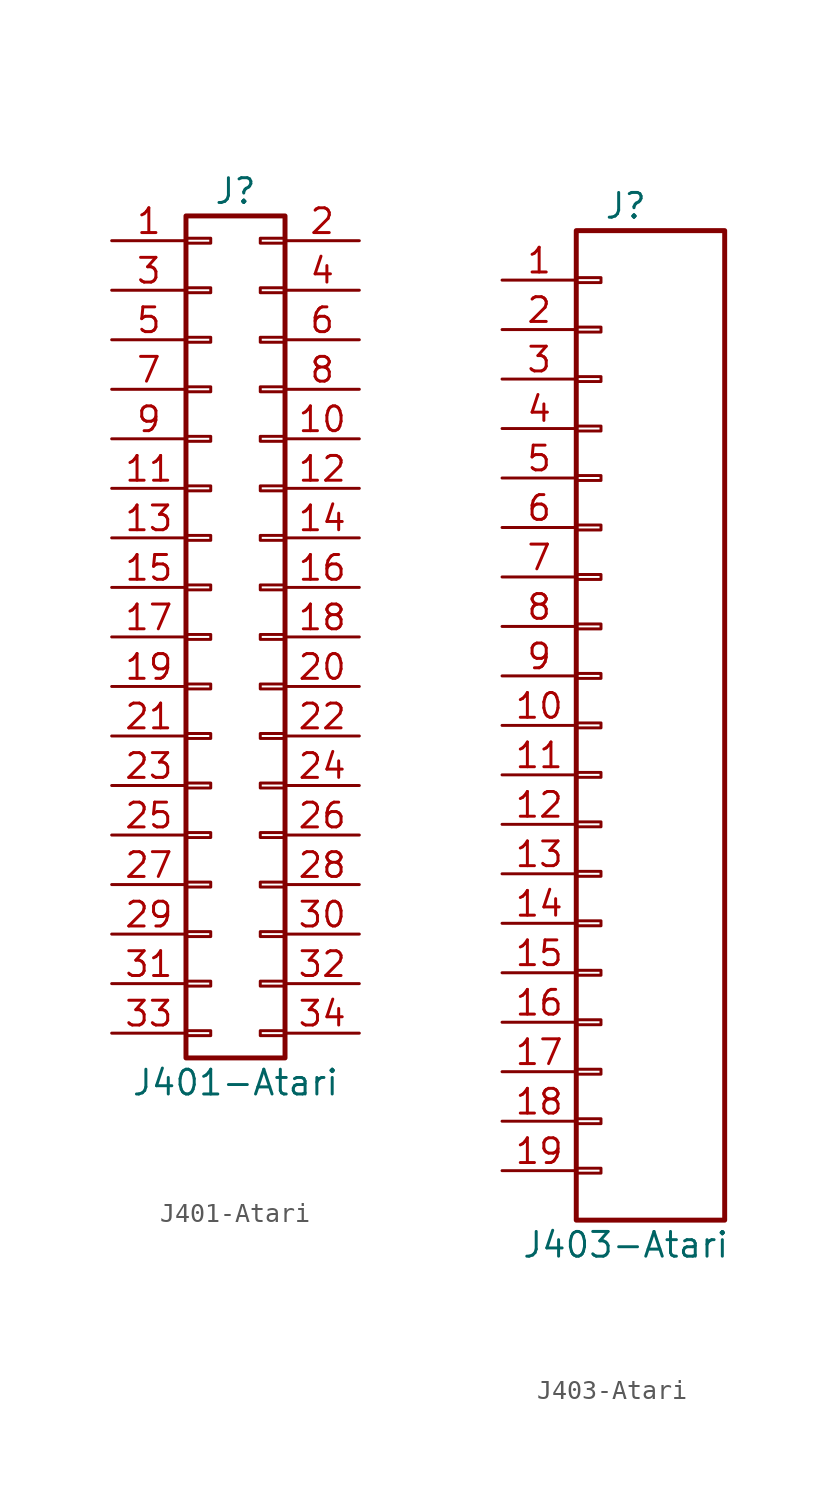
<source format=kicad_sym>
(kicad_symbol_lib
  (version 20231120)
  (generator "kicad_symbol_editor")
  (generator_version "8.0")
  (symbol "J401-Atari"
    (pin_names
      (offset 1.016) hide)
    (property "Reference" "J"
      (at 1.27 22.86 0)
      (effects (font (size 1.27 1.27))))
    (property "Value" "J401-Atari"
      (at 1.27 -22.86 0)
      (effects (font (size 1.27 1.27))))
    (symbol "J401-Atari_1_1"
      (rectangle (start -1.27 -20.193) (end 0 -20.447) (stroke (width 0.152) (type solid)) (fill (type none)))
      (rectangle (start -1.27 -17.653) (end 0 -17.907) (stroke (width 0.152) (type solid)) (fill (type none)))
      (rectangle (start -1.27 -15.113) (end 0 -15.367) (stroke (width 0.152) (type solid)) (fill (type none)))
      (rectangle (start -1.27 -12.573) (end 0 -12.827) (stroke (width 0.152) (type solid)) (fill (type none)))
      (rectangle (start -1.27 -10.033) (end 0 -10.287) (stroke (width 0.152) (type solid)) (fill (type none)))
      (rectangle (start -1.27 -7.493) (end 0 -7.747) (stroke (width 0.152) (type solid)) (fill (type none)))
      (rectangle (start -1.27 -4.953) (end 0 -5.207) (stroke (width 0.152) (type solid)) (fill (type none)))
      (rectangle (start -1.27 -2.413) (end 0 -2.667) (stroke (width 0.152) (type solid)) (fill (type none)))
      (rectangle (start -1.27 0.127) (end 0 -0.127) (stroke (width 0.152) (type solid)) (fill (type none)))
      (rectangle (start -1.27 2.667) (end 0 2.413) (stroke (width 0.152) (type solid)) (fill (type none)))
      (rectangle (start -1.27 5.207) (end 0 4.953) (stroke (width 0.152) (type solid)) (fill (type none)))
      (rectangle (start -1.27 7.747) (end 0 7.493) (stroke (width 0.152) (type solid)) (fill (type none)))
      (rectangle (start -1.27 10.287) (end 0 10.033) (stroke (width 0.152) (type solid)) (fill (type none)))
      (rectangle (start -1.27 12.827) (end 0 12.573) (stroke (width 0.152) (type solid)) (fill (type none)))
      (rectangle (start -1.27 15.367) (end 0 15.113) (stroke (width 0.152) (type solid)) (fill (type none)))
      (rectangle (start -1.27 17.907) (end 0 17.653) (stroke (width 0.152) (type solid)) (fill (type none)))
      (rectangle (start -1.27 20.447) (end 0 20.193) (stroke (width 0.152) (type solid)) (fill (type none)))
      (rectangle (start -1.27 21.59) (end 3.81 -21.59) (stroke (width 0.254) (type solid)) (fill (type none)))
      (rectangle (start 3.81 -20.193) (end 2.54 -20.447) (stroke (width 0.152) (type solid)) (fill (type none)))
      (rectangle (start 3.81 -17.653) (end 2.54 -17.907) (stroke (width 0.152) (type solid)) (fill (type none)))
      (rectangle (start 3.81 -15.113) (end 2.54 -15.367) (stroke (width 0.152) (type solid)) (fill (type none)))
      (rectangle (start 3.81 -12.573) (end 2.54 -12.827) (stroke (width 0.152) (type solid)) (fill (type none)))
      (rectangle (start 3.81 -10.033) (end 2.54 -10.287) (stroke (width 0.152) (type solid)) (fill (type none)))
      (rectangle (start 3.81 -7.493) (end 2.54 -7.747) (stroke (width 0.152) (type solid)) (fill (type none)))
      (rectangle (start 3.81 -4.953) (end 2.54 -5.207) (stroke (width 0.152) (type solid)) (fill (type none)))
      (rectangle (start 3.81 -2.413) (end 2.54 -2.667) (stroke (width 0.152) (type solid)) (fill (type none)))
      (rectangle (start 3.81 0.127) (end 2.54 -0.127) (stroke (width 0.152) (type solid)) (fill (type none)))
      (rectangle (start 3.81 2.667) (end 2.54 2.413) (stroke (width 0.152) (type solid)) (fill (type none)))
      (rectangle (start 3.81 5.207) (end 2.54 4.953) (stroke (width 0.152) (type solid)) (fill (type none)))
      (rectangle (start 3.81 7.747) (end 2.54 7.493) (stroke (width 0.152) (type solid)) (fill (type none)))
      (rectangle (start 3.81 10.287) (end 2.54 10.033) (stroke (width 0.152) (type solid)) (fill (type none)))
      (rectangle (start 3.81 12.827) (end 2.54 12.573) (stroke (width 0.152) (type solid)) (fill (type none)))
      (rectangle (start 3.81 15.367) (end 2.54 15.113) (stroke (width 0.152) (type solid)) (fill (type none)))
      (rectangle (start 3.81 17.907) (end 2.54 17.653) (stroke (width 0.152) (type solid)) (fill (type none)))
      (rectangle (start 3.81 20.447) (end 2.54 20.193) (stroke (width 0.152) (type solid)) (fill (type none)))
      (pin passive line (at -5.08 20.32 0) (length 3.81) (name "Pin_1" (effects (font (size 1.27 1.27)))) (number "1" (effects (font (size 1.27 1.27)))))
      (pin passive line (at 7.62 10.16 180) (length 3.81) (name "Pin_10" (effects (font (size 1.27 1.27)))) (number "10" (effects (font (size 1.27 1.27)))))
      (pin passive line (at -5.08 7.62 0) (length 3.81) (name "Pin_11" (effects (font (size 1.27 1.27)))) (number "11" (effects (font (size 1.27 1.27)))))
      (pin passive line (at 7.62 7.62 180) (length 3.81) (name "Pin_12" (effects (font (size 1.27 1.27)))) (number "12" (effects (font (size 1.27 1.27)))))
      (pin passive line (at -5.08 5.08 0) (length 3.81) (name "Pin_13" (effects (font (size 1.27 1.27)))) (number "13" (effects (font (size 1.27 1.27)))))
      (pin passive line (at 7.62 5.08 180) (length 3.81) (name "Pin_14" (effects (font (size 1.27 1.27)))) (number "14" (effects (font (size 1.27 1.27)))))
      (pin passive line (at -5.08 2.54 0) (length 3.81) (name "Pin_15" (effects (font (size 1.27 1.27)))) (number "15" (effects (font (size 1.27 1.27)))))
      (pin passive line (at 7.62 2.54 180) (length 3.81) (name "Pin_16" (effects (font (size 1.27 1.27)))) (number "16" (effects (font (size 1.27 1.27)))))
      (pin passive line (at -5.08 0 0) (length 3.81) (name "Pin_17" (effects (font (size 1.27 1.27)))) (number "17" (effects (font (size 1.27 1.27)))))
      (pin passive line (at 7.62 0 180) (length 3.81) (name "Pin_18" (effects (font (size 1.27 1.27)))) (number "18" (effects (font (size 1.27 1.27)))))
      (pin passive line (at -5.08 -2.54 0) (length 3.81) (name "Pin_19" (effects (font (size 1.27 1.27)))) (number "19" (effects (font (size 1.27 1.27)))))
      (pin passive line (at 7.62 20.32 180) (length 3.81) (name "Pin_2" (effects (font (size 1.27 1.27)))) (number "2" (effects (font (size 1.27 1.27)))))
      (pin passive line (at 7.62 -2.54 180) (length 3.81) (name "Pin_20" (effects (font (size 1.27 1.27)))) (number "20" (effects (font (size 1.27 1.27)))))
      (pin passive line (at -5.08 -5.08 0) (length 3.81) (name "Pin_21" (effects (font (size 1.27 1.27)))) (number "21" (effects (font (size 1.27 1.27)))))
      (pin passive line (at 7.62 -5.08 180) (length 3.81) (name "Pin_22" (effects (font (size 1.27 1.27)))) (number "22" (effects (font (size 1.27 1.27)))))
      (pin passive line (at -5.08 -7.62 0) (length 3.81) (name "Pin_23" (effects (font (size 1.27 1.27)))) (number "23" (effects (font (size 1.27 1.27)))))
      (pin passive line (at 7.62 -7.62 180) (length 3.81) (name "Pin_24" (effects (font (size 1.27 1.27)))) (number "24" (effects (font (size 1.27 1.27)))))
      (pin passive line (at -5.08 -10.16 0) (length 3.81) (name "Pin_25" (effects (font (size 1.27 1.27)))) (number "25" (effects (font (size 1.27 1.27)))))
      (pin passive line (at 7.62 -10.16 180) (length 3.81) (name "Pin_26" (effects (font (size 1.27 1.27)))) (number "26" (effects (font (size 1.27 1.27)))))
      (pin passive line (at -5.08 -12.7 0) (length 3.81) (name "Pin_27" (effects (font (size 1.27 1.27)))) (number "27" (effects (font (size 1.27 1.27)))))
      (pin passive line (at 7.62 -12.7 180) (length 3.81) (name "Pin_28" (effects (font (size 1.27 1.27)))) (number "28" (effects (font (size 1.27 1.27)))))
      (pin passive line (at -5.08 -15.24 0) (length 3.81) (name "Pin_29" (effects (font (size 1.27 1.27)))) (number "29" (effects (font (size 1.27 1.27)))))
      (pin passive line (at -5.08 17.78 0) (length 3.81) (name "Pin_3" (effects (font (size 1.27 1.27)))) (number "3" (effects (font (size 1.27 1.27)))))
      (pin passive line (at 7.62 -15.24 180) (length 3.81) (name "Pin_30" (effects (font (size 1.27 1.27)))) (number "30" (effects (font (size 1.27 1.27)))))
      (pin passive line (at -5.08 -17.78 0) (length 3.81) (name "Pin_31" (effects (font (size 1.27 1.27)))) (number "31" (effects (font (size 1.27 1.27)))))
      (pin passive line (at 7.62 -17.78 180) (length 3.81) (name "Pin_32" (effects (font (size 1.27 1.27)))) (number "32" (effects (font (size 1.27 1.27)))))
      (pin passive line (at -5.08 -20.32 0) (length 3.81) (name "Pin_33" (effects (font (size 1.27 1.27)))) (number "33" (effects (font (size 1.27 1.27)))))
      (pin passive line (at 7.62 -20.32 180) (length 3.81) (name "Pin_34" (effects (font (size 1.27 1.27)))) (number "34" (effects (font (size 1.27 1.27)))))
      (pin passive line (at 7.62 17.78 180) (length 3.81) (name "Pin_4" (effects (font (size 1.27 1.27)))) (number "4" (effects (font (size 1.27 1.27)))))
      (pin passive line (at -5.08 15.24 0) (length 3.81) (name "Pin_5" (effects (font (size 1.27 1.27)))) (number "5" (effects (font (size 1.27 1.27)))))
      (pin passive line (at 7.62 15.24 180) (length 3.81) (name "Pin_6" (effects (font (size 1.27 1.27)))) (number "6" (effects (font (size 1.27 1.27)))))
      (pin passive line (at -5.08 12.7 0) (length 3.81) (name "Pin_7" (effects (font (size 1.27 1.27)))) (number "7" (effects (font (size 1.27 1.27)))))
      (pin passive line (at 7.62 12.7 180) (length 3.81) (name "Pin_8" (effects (font (size 1.27 1.27)))) (number "8" (effects (font (size 1.27 1.27)))))
      (pin passive line (at -5.08 10.16 0) (length 3.81) (name "Pin_9" (effects (font (size 1.27 1.27)))) (number "9" (effects (font (size 1.27 1.27)))))))
  (symbol "J403-Atari"
    (pin_names
      (offset 1.016) hide)
    (property "Reference" "J"
      (at 1.27 26.67 0)
      (effects (font (size 1.27 1.27))))
    (property "Value" "J403-Atari"
      (at 1.27 -26.67 0)
      (effects (font (size 1.27 1.27))))
    (symbol "J403-Atari_1_1"
      (rectangle (start -1.27 -22.733) (end 0 -22.987) (stroke (width 0.152) (type solid)) (fill (type none)))
      (rectangle (start -1.27 -20.193) (end 0 -20.447) (stroke (width 0.152) (type solid)) (fill (type none)))
      (rectangle (start -1.27 -17.653) (end 0 -17.907) (stroke (width 0.152) (type solid)) (fill (type none)))
      (rectangle (start -1.27 -15.113) (end 0 -15.367) (stroke (width 0.152) (type solid)) (fill (type none)))
      (rectangle (start -1.27 -12.573) (end 0 -12.827) (stroke (width 0.152) (type solid)) (fill (type none)))
      (rectangle (start -1.27 -10.033) (end 0 -10.287) (stroke (width 0.152) (type solid)) (fill (type none)))
      (rectangle (start -1.27 -7.493) (end 0 -7.747) (stroke (width 0.152) (type solid)) (fill (type none)))
      (rectangle (start -1.27 -4.953) (end 0 -5.207) (stroke (width 0.152) (type solid)) (fill (type none)))
      (rectangle (start -1.27 -2.413) (end 0 -2.667) (stroke (width 0.152) (type solid)) (fill (type none)))
      (rectangle (start -1.27 0.127) (end 0 -0.127) (stroke (width 0.152) (type solid)) (fill (type none)))
      (rectangle (start -1.27 2.667) (end 0 2.413) (stroke (width 0.152) (type solid)) (fill (type none)))
      (rectangle (start -1.27 5.207) (end 0 4.953) (stroke (width 0.152) (type solid)) (fill (type none)))
      (rectangle (start -1.27 7.747) (end 0 7.493) (stroke (width 0.152) (type solid)) (fill (type none)))
      (rectangle (start -1.27 10.287) (end 0 10.033) (stroke (width 0.152) (type solid)) (fill (type none)))
      (rectangle (start -1.27 12.827) (end 0 12.573) (stroke (width 0.152) (type solid)) (fill (type none)))
      (rectangle (start -1.27 15.367) (end 0 15.113) (stroke (width 0.152) (type solid)) (fill (type none)))
      (rectangle (start -1.27 17.907) (end 0 17.653) (stroke (width 0.152) (type solid)) (fill (type none)))
      (rectangle (start -1.27 20.447) (end 0 20.193) (stroke (width 0.152) (type solid)) (fill (type none)))
      (rectangle (start -1.27 22.987) (end 0 22.733) (stroke (width 0.152) (type solid)) (fill (type none)))
      (rectangle (start -1.27 25.4) (end 6.35 -25.4) (stroke (width 0.254) (type solid)) (fill (type none)))
      (pin passive line (at -5.08 22.86 0) (length 3.81) (name "Pin_1" (effects (font (size 1.27 1.27)))) (number "1" (effects (font (size 1.27 1.27)))))
      (pin passive line (at -5.08 0 0) (length 3.81) (name "Pin_10" (effects (font (size 1.27 1.27)))) (number "10" (effects (font (size 1.27 1.27)))))
      (pin passive line (at -5.08 -2.54 0) (length 3.81) (name "Pin_11" (effects (font (size 1.27 1.27)))) (number "11" (effects (font (size 1.27 1.27)))))
      (pin passive line (at -5.08 -5.08 0) (length 3.81) (name "Pin_12" (effects (font (size 1.27 1.27)))) (number "12" (effects (font (size 1.27 1.27)))))
      (pin passive line (at -5.08 -7.62 0) (length 3.81) (name "Pin_13" (effects (font (size 1.27 1.27)))) (number "13" (effects (font (size 1.27 1.27)))))
      (pin passive line (at -5.08 -10.16 0) (length 3.81) (name "Pin_14" (effects (font (size 1.27 1.27)))) (number "14" (effects (font (size 1.27 1.27)))))
      (pin passive line (at -5.08 -12.7 0) (length 3.81) (name "Pin_15" (effects (font (size 1.27 1.27)))) (number "15" (effects (font (size 1.27 1.27)))))
      (pin passive line (at -5.08 -15.24 0) (length 3.81) (name "Pin_16" (effects (font (size 1.27 1.27)))) (number "16" (effects (font (size 1.27 1.27)))))
      (pin passive line (at -5.08 -17.78 0) (length 3.81) (name "Pin_17" (effects (font (size 1.27 1.27)))) (number "17" (effects (font (size 1.27 1.27)))))
      (pin passive line (at -5.08 -20.32 0) (length 3.81) (name "Pin_18" (effects (font (size 1.27 1.27)))) (number "18" (effects (font (size 1.27 1.27)))))
      (pin passive line (at -5.08 -22.86 0) (length 3.81) (name "Pin_19" (effects (font (size 1.27 1.27)))) (number "19" (effects (font (size 1.27 1.27)))))
      (pin passive line (at -5.08 20.32 0) (length 3.81) (name "Pin_2" (effects (font (size 1.27 1.27)))) (number "2" (effects (font (size 1.27 1.27)))))
      (pin passive line (at -5.08 17.78 0) (length 3.81) (name "Pin_3" (effects (font (size 1.27 1.27)))) (number "3" (effects (font (size 1.27 1.27)))))
      (pin passive line (at -5.08 15.24 0) (length 3.81) (name "Pin_4" (effects (font (size 1.27 1.27)))) (number "4" (effects (font (size 1.27 1.27)))))
      (pin passive line (at -5.08 12.7 0) (length 3.81) (name "Pin_5" (effects (font (size 1.27 1.27)))) (number "5" (effects (font (size 1.27 1.27)))))
      (pin passive line (at -5.08 10.16 0) (length 3.81) (name "Pin_6" (effects (font (size 1.27 1.27)))) (number "6" (effects (font (size 1.27 1.27)))))
      (pin passive line (at -5.08 7.62 0) (length 3.81) (name "Pin_7" (effects (font (size 1.27 1.27)))) (number "7" (effects (font (size 1.27 1.27)))))
      (pin passive line (at -5.08 5.08 0) (length 3.81) (name "Pin_8" (effects (font (size 1.27 1.27)))) (number "8" (effects (font (size 1.27 1.27)))))
      (pin passive line (at -5.08 2.54 0) (length 3.81) (name "Pin_9" (effects (font (size 1.27 1.27)))) (number "9" (effects (font (size 1.27 1.27))))))))
</source>
